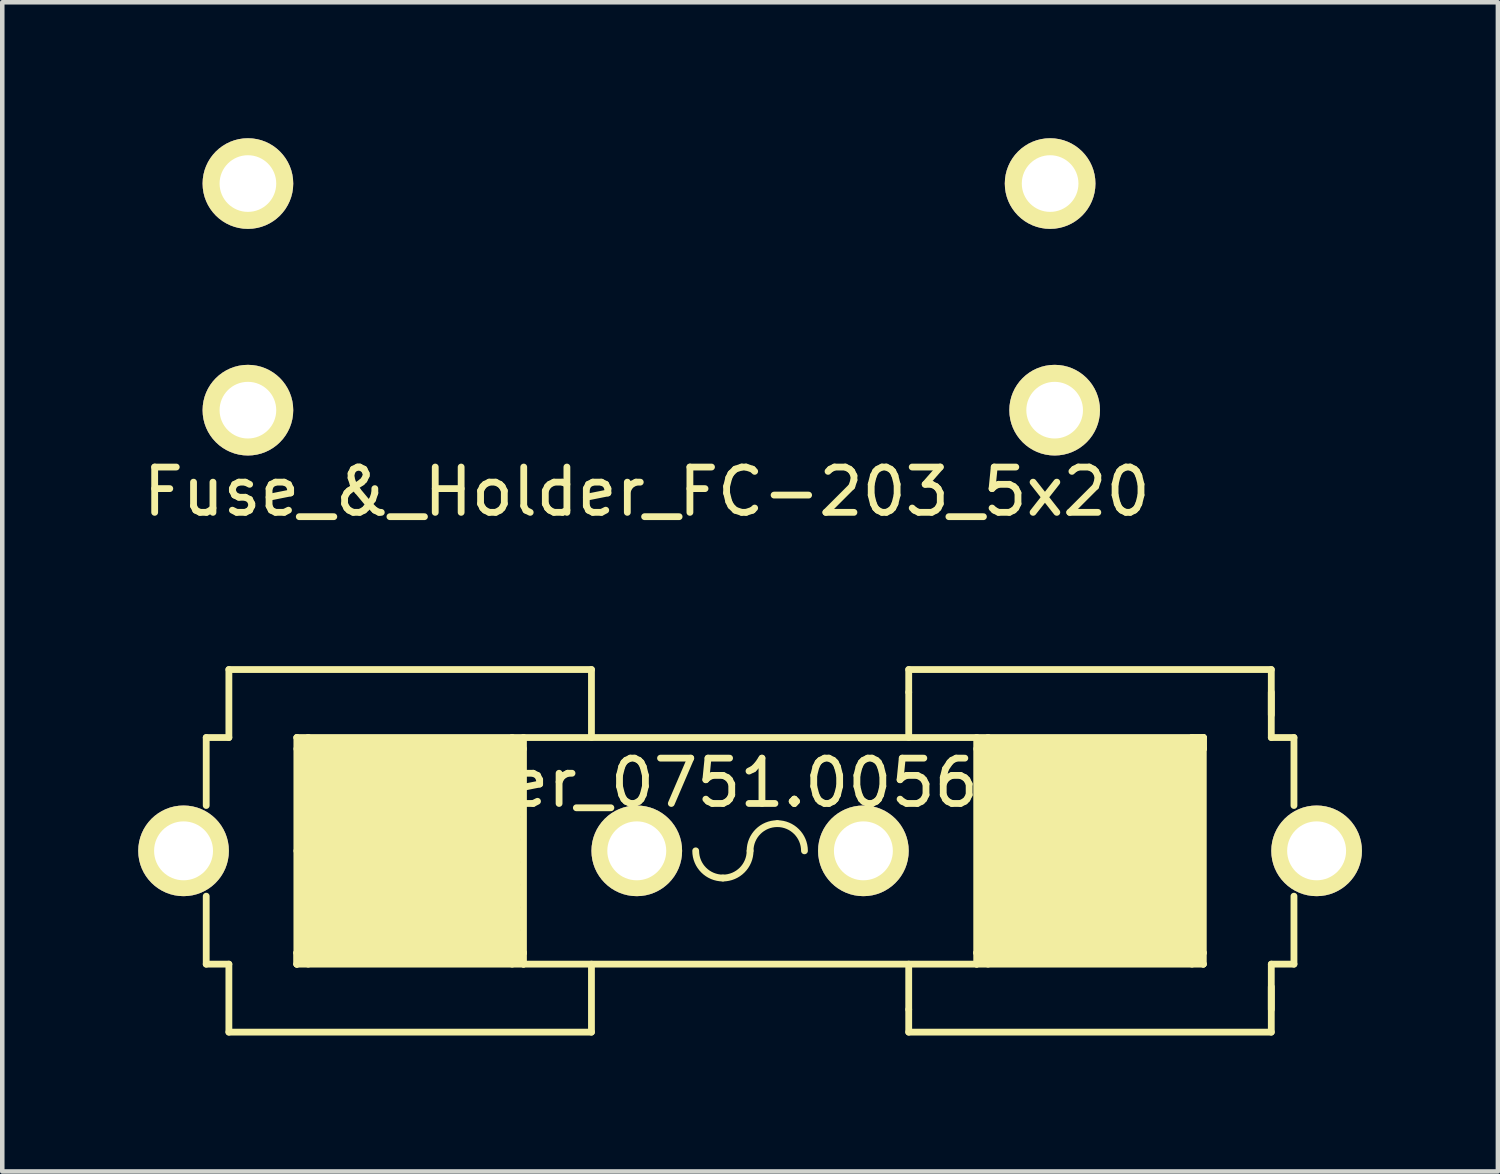
<source format=kicad_pcb>
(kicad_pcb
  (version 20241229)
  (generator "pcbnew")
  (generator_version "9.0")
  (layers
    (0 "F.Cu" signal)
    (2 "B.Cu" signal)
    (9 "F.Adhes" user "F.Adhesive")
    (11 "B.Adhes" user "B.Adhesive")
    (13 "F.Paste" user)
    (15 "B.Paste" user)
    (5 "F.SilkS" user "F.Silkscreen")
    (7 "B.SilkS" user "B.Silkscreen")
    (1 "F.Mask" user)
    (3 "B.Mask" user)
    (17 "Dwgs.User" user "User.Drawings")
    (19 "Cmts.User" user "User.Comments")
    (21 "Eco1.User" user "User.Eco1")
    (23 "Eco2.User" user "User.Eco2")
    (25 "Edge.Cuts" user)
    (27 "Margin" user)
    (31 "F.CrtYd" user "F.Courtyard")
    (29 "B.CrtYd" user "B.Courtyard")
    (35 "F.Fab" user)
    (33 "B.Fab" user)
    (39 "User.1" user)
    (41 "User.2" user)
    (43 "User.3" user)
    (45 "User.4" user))
  (footprint "Schurter_0751.0056_Fused"
    (layer "F.Cu")
    (at 13.5 15.723)
    (property "Reference" "Schurter_0751.0056_Fused" (at 0 -1.5 0) (layer "F.SilkS") (effects (font (size 1 1) (thickness 0.15))))
    (attr through_hole)
    (fp_line (start -12 -2.5) (end -12 -1) (stroke (width 0.15) (type solid)) (layer "F.SilkS"))
    (fp_line (start -12 2.5) (end -12 1) (stroke (width 0.15) (type solid)) (layer "F.SilkS"))
    (fp_line (start -11.5 -4) (end -11.5 -2.5) (stroke (width 0.15) (type solid)) (layer "F.SilkS"))
    (fp_line (start -11.5 -2.5) (end -12 -2.5) (stroke (width 0.15) (type solid)) (layer "F.SilkS"))
    (fp_line (start -11.5 2.5) (end -12 2.5) (stroke (width 0.15) (type solid)) (layer "F.SilkS"))
    (fp_line (start -11.5 4) (end -11.5 2.5) (stroke (width 0.15) (type solid)) (layer "F.SilkS"))
    (fp_line (start -10 -2.5) (end -10 0) (stroke (width 0.15) (type solid)) (layer "F.SilkS"))
    (fp_line (start -10 -2.5) (end -9.75 -2.25) (stroke (width 0.15) (type solid)) (layer "F.SilkS"))
    (fp_line (start -10 0) (end -10 2.5) (stroke (width 0.15) (type solid)) (layer "F.SilkS"))
    (fp_line (start -10 2.25) (end -9.75 2.5) (stroke (width 0.15) (type solid)) (layer "F.SilkS"))
    (fp_line (start -10 2.5) (end -10 2.25) (stroke (width 0.15) (type solid)) (layer "F.SilkS"))
    (fp_line (start -10 2.5) (end -9.75 2.25) (stroke (width 0.15) (type solid)) (layer "F.SilkS"))
    (fp_line (start -9.75 -2.5) (end -10 -2.25) (stroke (width 0.15) (type solid)) (layer "F.SilkS"))
    (fp_line (start -9.75 -2.25) (end -9.75 -2.5) (stroke (width 0.15) (type solid)) (layer "F.SilkS"))
    (fp_line (start -9.75 2.25) (end -10 2.25) (stroke (width 0.15) (type solid)) (layer "F.SilkS"))
    (fp_line (start -9.5 -2) (end -5.5 -2) (stroke (width 1) (type solid)) (layer "F.SilkS"))
    (fp_line (start -9.5 -1.5) (end -5.5 -1.5) (stroke (width 1) (type solid)) (layer "F.SilkS"))
    (fp_line (start -9.5 -1) (end -5.5 -1) (stroke (width 1) (type solid)) (layer "F.SilkS"))
    (fp_line (start -9.5 -0.5) (end -5.5 -0.5) (stroke (width 1) (type solid)) (layer "F.SilkS"))
    (fp_line (start -9.5 0) (end -5.5 0) (stroke (width 1) (type solid)) (layer "F.SilkS"))
    (fp_line (start -9.5 0.5) (end -5.5 0.5) (stroke (width 1) (type solid)) (layer "F.SilkS"))
    (fp_line (start -9.5 1) (end -5.5 1) (stroke (width 1) (type solid)) (layer "F.SilkS"))
    (fp_line (start -9.5 1.5) (end -5.5 1.5) (stroke (width 1) (type solid)) (layer "F.SilkS"))
    (fp_line (start -9.5 2) (end -5.5 2) (stroke (width 1) (type solid)) (layer "F.SilkS"))
    (fp_line (start -5.25 -2.5) (end -5 -2.25) (stroke (width 0.15) (type solid)) (layer "F.SilkS"))
    (fp_line (start -5.25 -2.25) (end -5.25 -2.5) (stroke (width 0.15) (type solid)) (layer "F.SilkS"))
    (fp_line (start -5.25 2.25) (end -5 2.5) (stroke (width 0.15) (type solid)) (layer "F.SilkS"))
    (fp_line (start -5.25 2.5) (end -5 2.25) (stroke (width 0.15) (type solid)) (layer "F.SilkS"))
    (fp_line (start -5 -2.5) (end -5.25 -2.25) (stroke (width 0.15) (type solid)) (layer "F.SilkS"))
    (fp_line (start -5 2.25) (end -5.25 2.25) (stroke (width 0.15) (type solid)) (layer "F.SilkS"))
    (fp_line (start -5 2.5) (end -5 -2.5) (stroke (width 0.15) (type solid)) (layer "F.SilkS"))
    (fp_line (start -3.5 -4) (end -11.5 -4) (stroke (width 0.15) (type solid)) (layer "F.SilkS"))
    (fp_line (start -3.5 -2.5) (end -3.5 -4) (stroke (width 0.15) (type solid)) (layer "F.SilkS"))
    (fp_line (start -3.5 2.5) (end -3.5 4) (stroke (width 0.15) (type solid)) (layer "F.SilkS"))
    (fp_line (start -3.5 4) (end -11.5 4) (stroke (width 0.15) (type solid)) (layer "F.SilkS"))
    (fp_line (start 3.5 -4) (end 11.5 -4) (stroke (width 0.15) (type solid)) (layer "F.SilkS"))
    (fp_line (start 3.5 -3.5) (end 3.5 -4) (stroke (width 0.15) (type solid)) (layer "F.SilkS"))
    (fp_line (start 3.5 -2.5) (end 3.5 -3.5) (stroke (width 0.15) (type solid)) (layer "F.SilkS"))
    (fp_line (start 3.5 2.5) (end 3.5 3.5) (stroke (width 0.15) (type solid)) (layer "F.SilkS"))
    (fp_line (start 3.5 3.5) (end 3.5 4) (stroke (width 0.15) (type solid)) (layer "F.SilkS"))
    (fp_line (start 3.5 4) (end 11.5 4) (stroke (width 0.15) (type solid)) (layer "F.SilkS"))
    (fp_line (start 5 -2.5) (end 5 2.5) (stroke (width 0.15) (type solid)) (layer "F.SilkS"))
    (fp_line (start 5 -2.5) (end 5.25 -2.25) (stroke (width 0.15) (type solid)) (layer "F.SilkS"))
    (fp_line (start 5 2.25) (end 5.25 2.5) (stroke (width 0.15) (type solid)) (layer "F.SilkS"))
    (fp_line (start 5 2.5) (end 5.25 2.25) (stroke (width 0.15) (type solid)) (layer "F.SilkS"))
    (fp_line (start 5.25 -2.5) (end 5 -2.25) (stroke (width 0.15) (type solid)) (layer "F.SilkS"))
    (fp_line (start 5.25 -2.25) (end 5.25 -2.5) (stroke (width 0.15) (type solid)) (layer "F.SilkS"))
    (fp_line (start 5.25 2.25) (end 5 2.25) (stroke (width 0.15) (type solid)) (layer "F.SilkS"))
    (fp_line (start 5.5 -2) (end 9.5 -2) (stroke (width 1) (type solid)) (layer "F.SilkS"))
    (fp_line (start 5.5 -1.5) (end 9.5 -1.5) (stroke (width 1) (type solid)) (layer "F.SilkS"))
    (fp_line (start 5.5 -1) (end 9.5 -1) (stroke (width 1) (type solid)) (layer "F.SilkS"))
    (fp_line (start 5.5 -0.5) (end 9.5 -0.5) (stroke (width 1) (type solid)) (layer "F.SilkS"))
    (fp_line (start 5.5 0) (end 9.5 0) (stroke (width 1) (type solid)) (layer "F.SilkS"))
    (fp_line (start 5.5 0.5) (end 9.5 0.5) (stroke (width 1) (type solid)) (layer "F.SilkS"))
    (fp_line (start 5.5 1) (end 9.5 1) (stroke (width 1) (type solid)) (layer "F.SilkS"))
    (fp_line (start 5.5 2) (end 9.5 2) (stroke (width 1) (type solid)) (layer "F.SilkS"))
    (fp_line (start 9.5 1.5) (end 5.5 1.5) (stroke (width 1) (type solid)) (layer "F.SilkS"))
    (fp_line (start 9.75 -2.5) (end 9.75 -2.25) (stroke (width 0.15) (type solid)) (layer "F.SilkS"))
    (fp_line (start 9.75 -2.5) (end 10 -2.25) (stroke (width 0.15) (type solid)) (layer "F.SilkS"))
    (fp_line (start 9.75 -2.25) (end 10 -2.25) (stroke (width 0.15) (type solid)) (layer "F.SilkS"))
    (fp_line (start 9.75 2.25) (end 10 2.5) (stroke (width 0.15) (type solid)) (layer "F.SilkS"))
    (fp_line (start 9.75 2.5) (end 10 2.25) (stroke (width 0.15) (type solid)) (layer "F.SilkS"))
    (fp_line (start 10 -2.5) (end -10 -2.5) (stroke (width 0.15) (type solid)) (layer "F.SilkS"))
    (fp_line (start 10 -2.5) (end 9.75 -2.5) (stroke (width 0.15) (type solid)) (layer "F.SilkS"))
    (fp_line (start 10 -2.5) (end 9.75 -2.25) (stroke (width 0.15) (type solid)) (layer "F.SilkS"))
    (fp_line (start 10 -2.5) (end 10 2.5) (stroke (width 0.15) (type solid)) (layer "F.SilkS"))
    (fp_line (start 10 -2.25) (end 10 -2.5) (stroke (width 0.15) (type solid)) (layer "F.SilkS"))
    (fp_line (start 10 -2.25) (end 10 -2.5) (stroke (width 0.15) (type solid)) (layer "F.SilkS"))
    (fp_line (start 10 2.25) (end 9.75 2.25) (stroke (width 0.15) (type solid)) (layer "F.SilkS"))
    (fp_line (start 10 2.5) (end -10 2.5) (stroke (width 0.15) (type solid)) (layer "F.SilkS"))
    (fp_line (start 11.5 -4) (end 11.5 -2.5) (stroke (width 0.15) (type solid)) (layer "F.SilkS"))
    (fp_line (start 11.5 -3.5) (end 11.5 -3) (stroke (width 0.15) (type solid)) (layer "F.SilkS"))
    (fp_line (start 11.5 -2.5) (end 12 -2.5) (stroke (width 0.15) (type solid)) (layer "F.SilkS"))
    (fp_line (start 11.5 2.5) (end 12 2.5) (stroke (width 0.15) (type solid)) (layer "F.SilkS"))
    (fp_line (start 11.5 3) (end 11.5 3.5) (stroke (width 0.15) (type solid)) (layer "F.SilkS"))
    (fp_line (start 11.5 4) (end 11.5 2.5) (stroke (width 0.15) (type solid)) (layer "F.SilkS"))
    (fp_line (start 12 -2.5) (end 12 -1) (stroke (width 0.15) (type solid)) (layer "F.SilkS"))
    (fp_line (start 12 2.5) (end 12 1) (stroke (width 0.15) (type solid)) (layer "F.SilkS"))
    (fp_arc (start -0.6 0.6) (mid -1.024264 0.424264) (end -1.2 0) (stroke (width 0.15) (type solid)) (layer "F.SilkS"))
    (fp_arc (start 0 0) (mid -0.175736 0.424264) (end -0.6 0.6) (stroke (width 0.15) (type solid)) (layer "F.SilkS"))
    (fp_arc (start 0 0) (mid 0.175736 -0.424264) (end 0.6 -0.6) (stroke (width 0.15) (type solid)) (layer "F.SilkS"))
    (fp_arc (start 0.6 -0.6) (mid 1.024264 -0.424264) (end 1.2 0) (stroke (width 0.15) (type solid)) (layer "F.SilkS"))
    (pad "1" thru_hole circle (at -12.5 0) (size 2 2) (drill 1.3) (layers "*.Cu" "*.Mask" "F.SilkS"))
    (pad "1" thru_hole circle (at -2.5 0) (size 2 2) (drill 1.3) (layers "*.Cu" "*.Mask" "F.SilkS"))
    (pad "2" thru_hole circle (at 2.5 0) (size 2 2) (drill 1.3) (layers "*.Cu" "*.Mask" "F.SilkS"))
    (pad "2" thru_hole circle (at 12.5 0) (size 2 2) (drill 1.3) (layers "*.Cu" "*.Mask" "F.SilkS")))
  (footprint "Fuse_&_Holder_FC-203_5x20"
    (layer "F.Cu")
    (at 11.22 3.5)
    (property "Reference" "Fuse_&_Holder_FC-203_5x20" (at 0 4.3 0) (layer "F.SilkS") (effects (font (size 1 1) (thickness 0.15))))
    (attr through_hole)
    (pad "1" thru_hole circle (at -8.8 -2.5) (size 2 2) (drill 1.25) (layers "*.Cu" "*.Mask" "F.SilkS"))
    (pad "1" thru_hole circle (at -8.8 2.5) (size 2 2) (drill 1.25) (layers "*.Cu" "*.Mask" "F.SilkS"))
    (pad "2" thru_hole circle (at 8.9 -2.5) (size 2 2) (drill 1.25) (layers "*.Cu" "*.Mask" "F.SilkS"))
    (pad "2" thru_hole circle (at 9 2.5) (size 2 2) (drill 1.25) (layers "*.Cu" "*.Mask" "F.SilkS")))
  (gr_rect
    (start -3 -3)
    (end 30 22.798)
    (stroke (width 0.1) (type default))
    (fill no)
    (layer "Edge.Cuts")))
</source>
